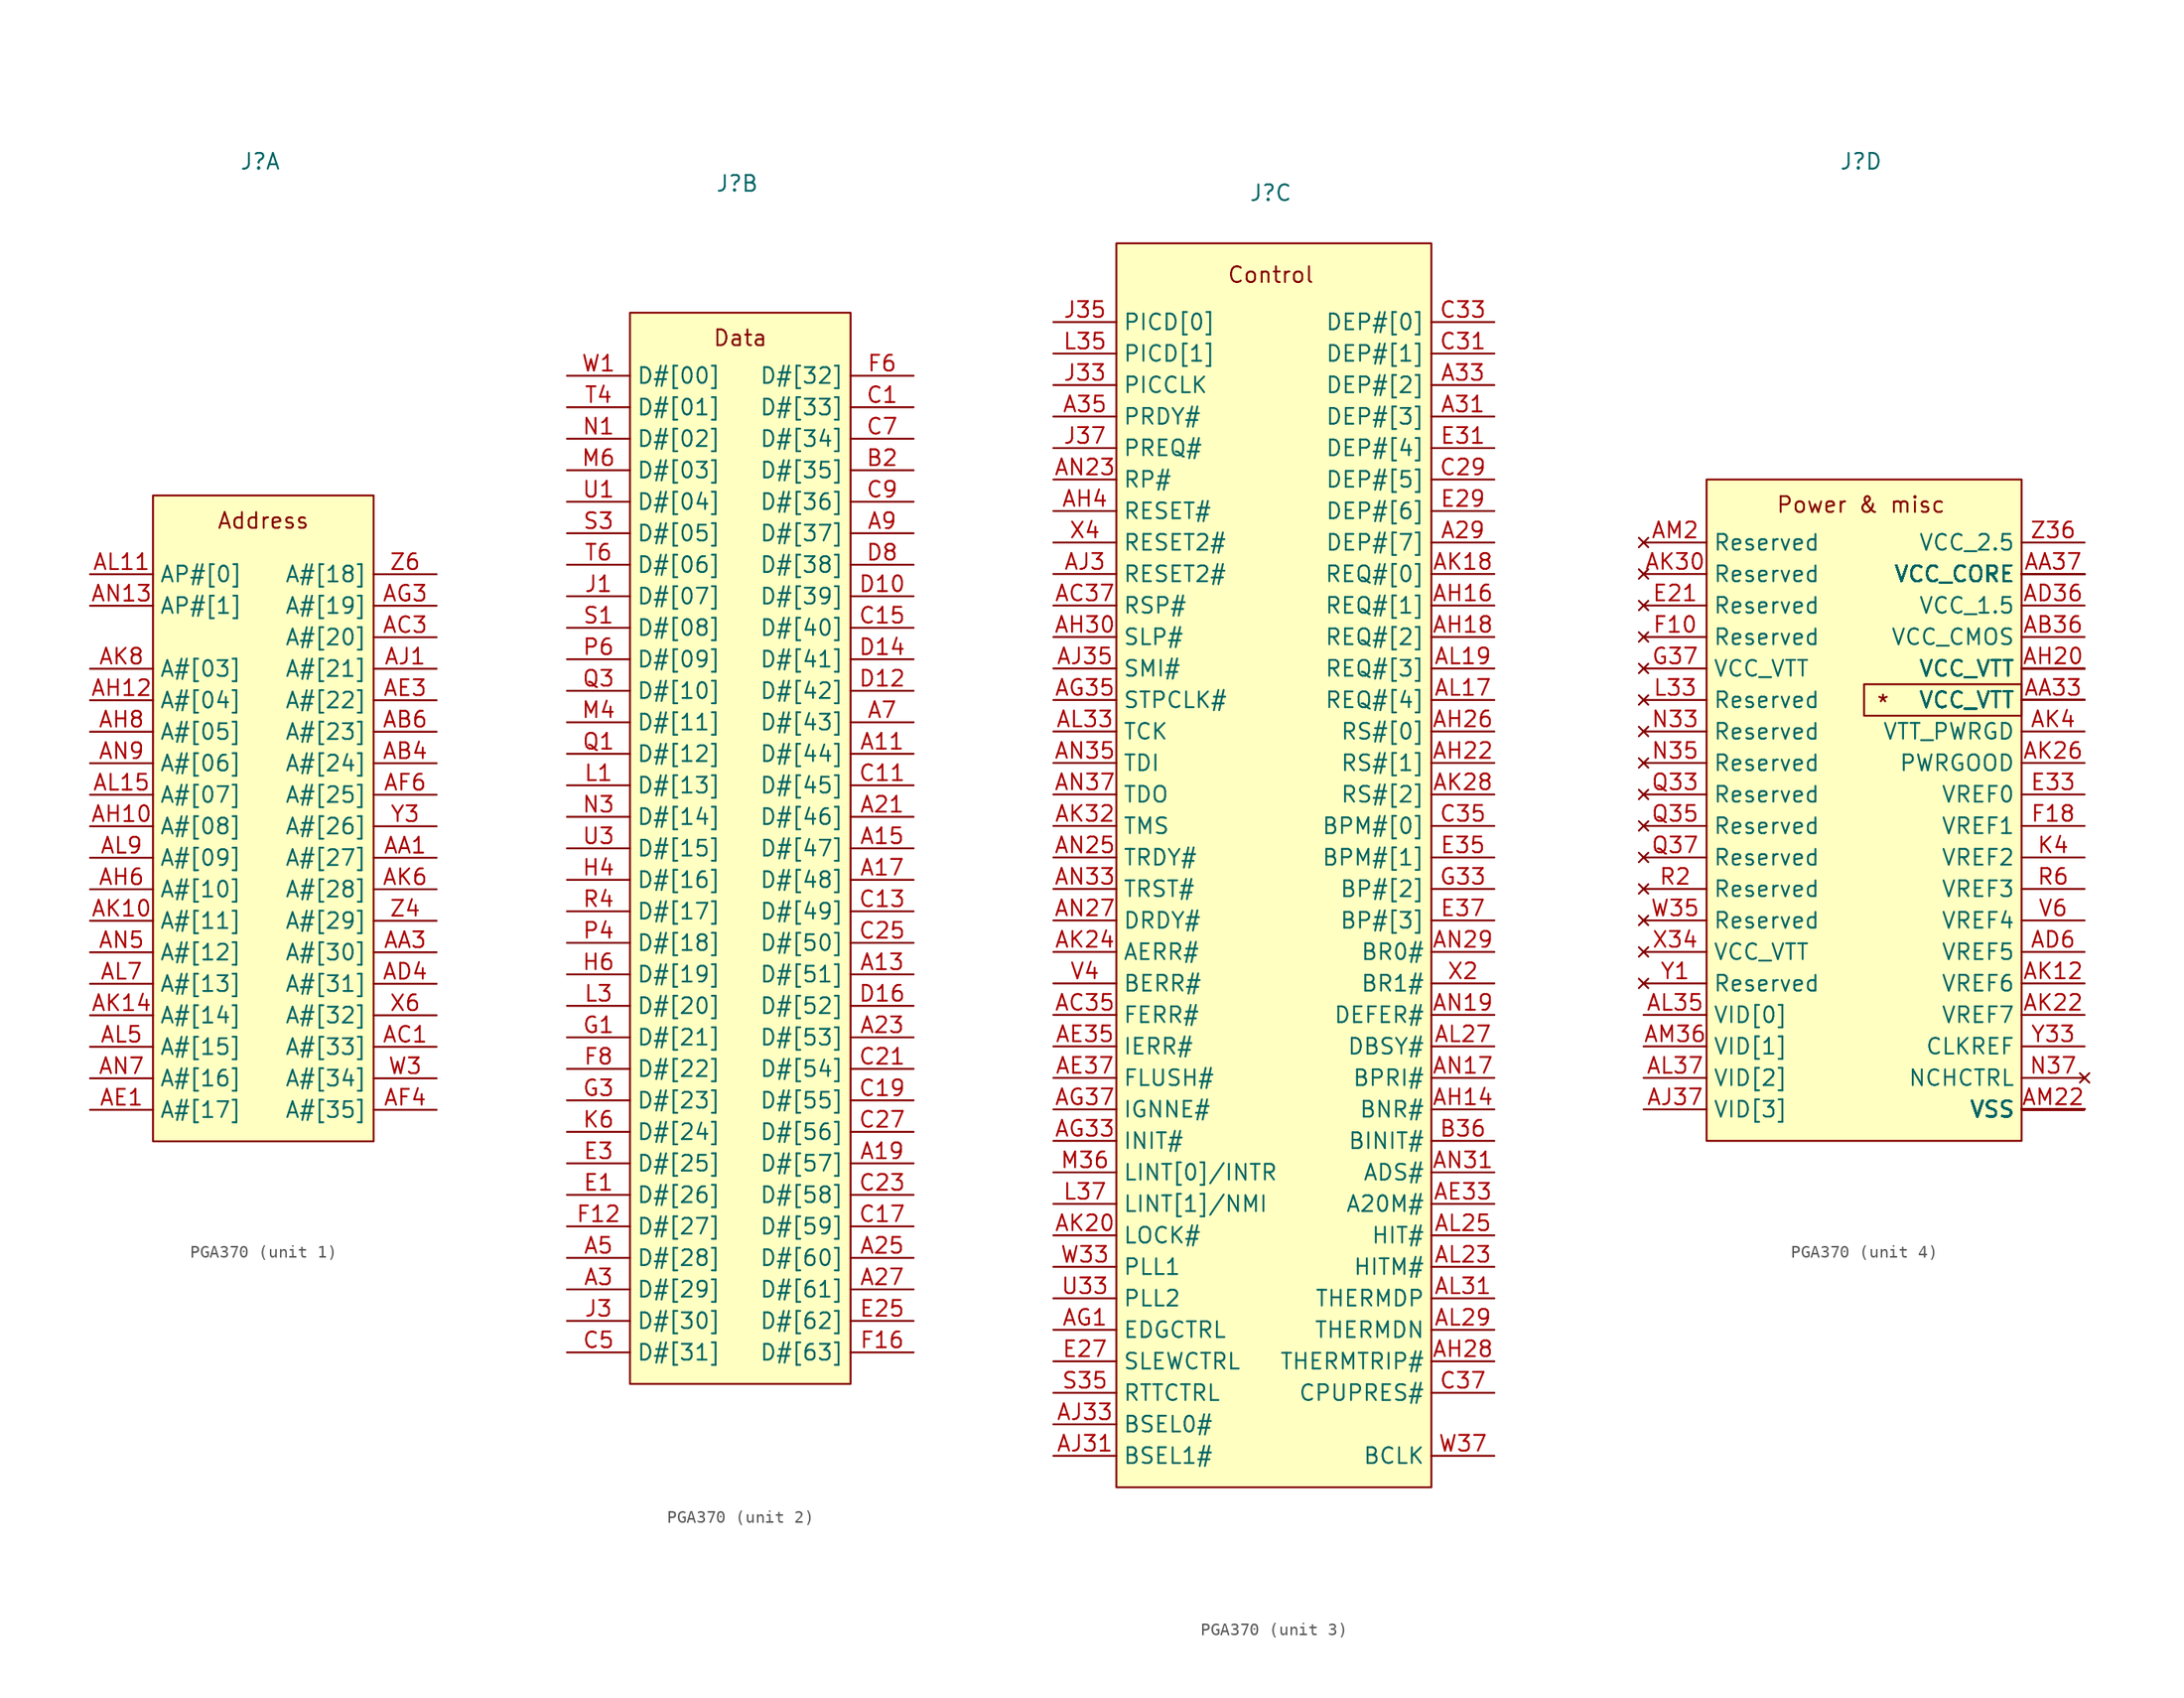
<source format=kicad_sym>
(kicad_symbol_lib
  (version 20231120)
  (generator "kicad_symbol_editor")
  (generator_version "8.0")
  (symbol "PGA370"
    (property "Reference" "J"
      (at -0.254 53.594 0)
      (effects (font (size 1.27 1.27))))
    (property "Value" ""
      (at -1.27 7.62 0)
      (effects (font (size 1.27 1.27))))
    (property "ki_locked" ""
      (at 0 0 0)
      (effects (font (size 1.27 1.27))))
    (symbol "PGA370_1_1"
      (rectangle (start -8.89 26.67) (end 8.89 -25.4) (stroke (width 0) (type default)) (fill (type background)))
      (text "Address" (at 0 24.638 0) (effects (font (size 1.27 1.27))))
      (pin tri_state line (at 13.97 -2.54 180) (length 5.08) (name "A#[27]" (effects (font (size 1.27 1.27)))) (number "AA1" (effects (font (size 1.27 1.27)))))
      (pin tri_state line (at 13.97 -10.16 180) (length 5.08) (name "A#[30]" (effects (font (size 1.27 1.27)))) (number "AA3" (effects (font (size 1.27 1.27)))))
      (pin tri_state line (at 13.97 5.08 180) (length 5.08) (name "A#[24]" (effects (font (size 1.27 1.27)))) (number "AB4" (effects (font (size 1.27 1.27)))))
      (pin tri_state line (at 13.97 7.62 180) (length 5.08) (name "A#[23]" (effects (font (size 1.27 1.27)))) (number "AB6" (effects (font (size 1.27 1.27)))))
      (pin tri_state line (at 13.97 -17.78 180) (length 5.08) (name "A#[33]" (effects (font (size 1.27 1.27)))) (number "AC1" (effects (font (size 1.27 1.27)))))
      (pin tri_state line (at 13.97 15.24 180) (length 5.08) (name "A#[20]" (effects (font (size 1.27 1.27)))) (number "AC3" (effects (font (size 1.27 1.27)))))
      (pin tri_state line (at 13.97 -12.7 180) (length 5.08) (name "A#[31]" (effects (font (size 1.27 1.27)))) (number "AD4" (effects (font (size 1.27 1.27)))))
      (pin tri_state line (at -13.97 -22.86 0) (length 5.08) (name "A#[17]" (effects (font (size 1.27 1.27)))) (number "AE1" (effects (font (size 1.27 1.27)))))
      (pin tri_state line (at 13.97 10.16 180) (length 5.08) (name "A#[22]" (effects (font (size 1.27 1.27)))) (number "AE3" (effects (font (size 1.27 1.27)))))
      (pin tri_state line (at 13.97 -22.86 180) (length 5.08) (name "A#[35]" (effects (font (size 1.27 1.27)))) (number "AF4" (effects (font (size 1.27 1.27)))))
      (pin tri_state line (at 13.97 2.54 180) (length 5.08) (name "A#[25]" (effects (font (size 1.27 1.27)))) (number "AF6" (effects (font (size 1.27 1.27)))))
      (pin tri_state line (at 13.97 17.78 180) (length 5.08) (name "A#[19]" (effects (font (size 1.27 1.27)))) (number "AG3" (effects (font (size 1.27 1.27)))))
      (pin tri_state line (at -13.97 0 0) (length 5.08) (name "A#[08]" (effects (font (size 1.27 1.27)))) (number "AH10" (effects (font (size 1.27 1.27)))))
      (pin tri_state line (at -13.97 10.16 0) (length 5.08) (name "A#[04]" (effects (font (size 1.27 1.27)))) (number "AH12" (effects (font (size 1.27 1.27)))))
      (pin tri_state line (at -13.97 -5.08 0) (length 5.08) (name "A#[10]" (effects (font (size 1.27 1.27)))) (number "AH6" (effects (font (size 1.27 1.27)))))
      (pin tri_state line (at -13.97 7.62 0) (length 5.08) (name "A#[05]" (effects (font (size 1.27 1.27)))) (number "AH8" (effects (font (size 1.27 1.27)))))
      (pin tri_state line (at 13.97 12.7 180) (length 5.08) (name "A#[21]" (effects (font (size 1.27 1.27)))) (number "AJ1" (effects (font (size 1.27 1.27)))))
      (pin tri_state line (at -13.97 -7.62 0) (length 5.08) (name "A#[11]" (effects (font (size 1.27 1.27)))) (number "AK10" (effects (font (size 1.27 1.27)))))
      (pin tri_state line (at -13.97 -15.24 0) (length 5.08) (name "A#[14]" (effects (font (size 1.27 1.27)))) (number "AK14" (effects (font (size 1.27 1.27)))))
      (pin tri_state line (at 13.97 -5.08 180) (length 5.08) (name "A#[28]" (effects (font (size 1.27 1.27)))) (number "AK6" (effects (font (size 1.27 1.27)))))
      (pin tri_state line (at -13.97 12.7 0) (length 5.08) (name "A#[03]" (effects (font (size 1.27 1.27)))) (number "AK8" (effects (font (size 1.27 1.27)))))
      (pin bidirectional line (at -13.97 20.32 0) (length 5.08) (name "AP#[0]" (effects (font (size 1.27 1.27)))) (number "AL11" (effects (font (size 1.27 1.27)))))
      (pin tri_state line (at -13.97 2.54 0) (length 5.08) (name "A#[07]" (effects (font (size 1.27 1.27)))) (number "AL15" (effects (font (size 1.27 1.27)))))
      (pin tri_state line (at -13.97 -17.78 0) (length 5.08) (name "A#[15]" (effects (font (size 1.27 1.27)))) (number "AL5" (effects (font (size 1.27 1.27)))))
      (pin tri_state line (at -13.97 -12.7 0) (length 5.08) (name "A#[13]" (effects (font (size 1.27 1.27)))) (number "AL7" (effects (font (size 1.27 1.27)))))
      (pin tri_state line (at -13.97 -2.54 0) (length 5.08) (name "A#[09]" (effects (font (size 1.27 1.27)))) (number "AL9" (effects (font (size 1.27 1.27)))))
      (pin bidirectional line (at -13.97 17.78 0) (length 5.08) (name "AP#[1]" (effects (font (size 1.27 1.27)))) (number "AN13" (effects (font (size 1.27 1.27)))))
      (pin tri_state line (at -13.97 -10.16 0) (length 5.08) (name "A#[12]" (effects (font (size 1.27 1.27)))) (number "AN5" (effects (font (size 1.27 1.27)))))
      (pin tri_state line (at -13.97 -20.32 0) (length 5.08) (name "A#[16]" (effects (font (size 1.27 1.27)))) (number "AN7" (effects (font (size 1.27 1.27)))))
      (pin tri_state line (at -13.97 5.08 0) (length 5.08) (name "A#[06]" (effects (font (size 1.27 1.27)))) (number "AN9" (effects (font (size 1.27 1.27)))))
      (pin tri_state line (at 13.97 -20.32 180) (length 5.08) (name "A#[34]" (effects (font (size 1.27 1.27)))) (number "W3" (effects (font (size 1.27 1.27)))))
      (pin tri_state line (at 13.97 -15.24 180) (length 5.08) (name "A#[32]" (effects (font (size 1.27 1.27)))) (number "X6" (effects (font (size 1.27 1.27)))))
      (pin tri_state line (at 13.97 0 180) (length 5.08) (name "A#[26]" (effects (font (size 1.27 1.27)))) (number "Y3" (effects (font (size 1.27 1.27)))))
      (pin tri_state line (at 13.97 -7.62 180) (length 5.08) (name "A#[29]" (effects (font (size 1.27 1.27)))) (number "Z4" (effects (font (size 1.27 1.27)))))
      (pin tri_state line (at 13.97 20.32 180) (length 5.08) (name "A#[18]" (effects (font (size 1.27 1.27)))) (number "Z6" (effects (font (size 1.27 1.27))))))
    (symbol "PGA370_2_1"
      (rectangle (start 8.89 43.18) (end -8.89 -43.18) (stroke (width 0) (type default)) (fill (type background)))
      (text "Data" (at 0 41.148 0) (effects (font (size 1.27 1.27))))
      (pin tri_state line (at 13.97 7.62 180) (length 5.08) (name "D#[44]" (effects (font (size 1.27 1.27)))) (number "A11" (effects (font (size 1.27 1.27)))))
      (pin tri_state line (at 13.97 -10.16 180) (length 5.08) (name "D#[51]" (effects (font (size 1.27 1.27)))) (number "A13" (effects (font (size 1.27 1.27)))))
      (pin tri_state line (at 13.97 0 180) (length 5.08) (name "D#[47]" (effects (font (size 1.27 1.27)))) (number "A15" (effects (font (size 1.27 1.27)))))
      (pin tri_state line (at 13.97 -2.54 180) (length 5.08) (name "D#[48]" (effects (font (size 1.27 1.27)))) (number "A17" (effects (font (size 1.27 1.27)))))
      (pin tri_state line (at 13.97 -25.4 180) (length 5.08) (name "D#[57]" (effects (font (size 1.27 1.27)))) (number "A19" (effects (font (size 1.27 1.27)))))
      (pin tri_state line (at 13.97 2.54 180) (length 5.08) (name "D#[46]" (effects (font (size 1.27 1.27)))) (number "A21" (effects (font (size 1.27 1.27)))))
      (pin tri_state line (at 13.97 -15.24 180) (length 5.08) (name "D#[53]" (effects (font (size 1.27 1.27)))) (number "A23" (effects (font (size 1.27 1.27)))))
      (pin tri_state line (at 13.97 -33.02 180) (length 5.08) (name "D#[60]" (effects (font (size 1.27 1.27)))) (number "A25" (effects (font (size 1.27 1.27)))))
      (pin tri_state line (at 13.97 -35.56 180) (length 5.08) (name "D#[61]" (effects (font (size 1.27 1.27)))) (number "A27" (effects (font (size 1.27 1.27)))))
      (pin tri_state line (at -13.97 -35.56 0) (length 5.08) (name "D#[29]" (effects (font (size 1.27 1.27)))) (number "A3" (effects (font (size 1.27 1.27)))))
      (pin tri_state line (at -13.97 -33.02 0) (length 5.08) (name "D#[28]" (effects (font (size 1.27 1.27)))) (number "A5" (effects (font (size 1.27 1.27)))))
      (pin tri_state line (at 13.97 10.16 180) (length 5.08) (name "D#[43]" (effects (font (size 1.27 1.27)))) (number "A7" (effects (font (size 1.27 1.27)))))
      (pin tri_state line (at 13.97 25.4 180) (length 5.08) (name "D#[37]" (effects (font (size 1.27 1.27)))) (number "A9" (effects (font (size 1.27 1.27)))))
      (pin tri_state line (at 13.97 30.48 180) (length 5.08) (name "D#[35]" (effects (font (size 1.27 1.27)))) (number "B2" (effects (font (size 1.27 1.27)))))
      (pin tri_state line (at 13.97 35.56 180) (length 5.08) (name "D#[33]" (effects (font (size 1.27 1.27)))) (number "C1" (effects (font (size 1.27 1.27)))))
      (pin tri_state line (at 13.97 5.08 180) (length 5.08) (name "D#[45]" (effects (font (size 1.27 1.27)))) (number "C11" (effects (font (size 1.27 1.27)))))
      (pin tri_state line (at 13.97 -5.08 180) (length 5.08) (name "D#[49]" (effects (font (size 1.27 1.27)))) (number "C13" (effects (font (size 1.27 1.27)))))
      (pin tri_state line (at 13.97 17.78 180) (length 5.08) (name "D#[40]" (effects (font (size 1.27 1.27)))) (number "C15" (effects (font (size 1.27 1.27)))))
      (pin tri_state line (at 13.97 -30.48 180) (length 5.08) (name "D#[59]" (effects (font (size 1.27 1.27)))) (number "C17" (effects (font (size 1.27 1.27)))))
      (pin tri_state line (at 13.97 -20.32 180) (length 5.08) (name "D#[55]" (effects (font (size 1.27 1.27)))) (number "C19" (effects (font (size 1.27 1.27)))))
      (pin tri_state line (at 13.97 -17.78 180) (length 5.08) (name "D#[54]" (effects (font (size 1.27 1.27)))) (number "C21" (effects (font (size 1.27 1.27)))))
      (pin tri_state line (at 13.97 -27.94 180) (length 5.08) (name "D#[58]" (effects (font (size 1.27 1.27)))) (number "C23" (effects (font (size 1.27 1.27)))))
      (pin tri_state line (at 13.97 -7.62 180) (length 5.08) (name "D#[50]" (effects (font (size 1.27 1.27)))) (number "C25" (effects (font (size 1.27 1.27)))))
      (pin tri_state line (at 13.97 -22.86 180) (length 5.08) (name "D#[56]" (effects (font (size 1.27 1.27)))) (number "C27" (effects (font (size 1.27 1.27)))))
      (pin tri_state line (at -13.97 -40.64 0) (length 5.08) (name "D#[31]" (effects (font (size 1.27 1.27)))) (number "C5" (effects (font (size 1.27 1.27)))))
      (pin tri_state line (at 13.97 33.02 180) (length 5.08) (name "D#[34]" (effects (font (size 1.27 1.27)))) (number "C7" (effects (font (size 1.27 1.27)))))
      (pin tri_state line (at 13.97 27.94 180) (length 5.08) (name "D#[36]" (effects (font (size 1.27 1.27)))) (number "C9" (effects (font (size 1.27 1.27)))))
      (pin tri_state line (at 13.97 20.32 180) (length 5.08) (name "D#[39]" (effects (font (size 1.27 1.27)))) (number "D10" (effects (font (size 1.27 1.27)))))
      (pin tri_state line (at 13.97 12.7 180) (length 5.08) (name "D#[42]" (effects (font (size 1.27 1.27)))) (number "D12" (effects (font (size 1.27 1.27)))))
      (pin tri_state line (at 13.97 15.24 180) (length 5.08) (name "D#[41]" (effects (font (size 1.27 1.27)))) (number "D14" (effects (font (size 1.27 1.27)))))
      (pin tri_state line (at 13.97 -12.7 180) (length 5.08) (name "D#[52]" (effects (font (size 1.27 1.27)))) (number "D16" (effects (font (size 1.27 1.27)))))
      (pin tri_state line (at 13.97 22.86 180) (length 5.08) (name "D#[38]" (effects (font (size 1.27 1.27)))) (number "D8" (effects (font (size 1.27 1.27)))))
      (pin tri_state line (at -13.97 -27.94 0) (length 5.08) (name "D#[26]" (effects (font (size 1.27 1.27)))) (number "E1" (effects (font (size 1.27 1.27)))))
      (pin tri_state line (at 13.97 -38.1 180) (length 5.08) (name "D#[62]" (effects (font (size 1.27 1.27)))) (number "E25" (effects (font (size 1.27 1.27)))))
      (pin tri_state line (at -13.97 -25.4 0) (length 5.08) (name "D#[25]" (effects (font (size 1.27 1.27)))) (number "E3" (effects (font (size 1.27 1.27)))))
      (pin tri_state line (at -13.97 -30.48 0) (length 5.08) (name "D#[27]" (effects (font (size 1.27 1.27)))) (number "F12" (effects (font (size 1.27 1.27)))))
      (pin tri_state line (at 13.97 -40.64 180) (length 5.08) (name "D#[63]" (effects (font (size 1.27 1.27)))) (number "F16" (effects (font (size 1.27 1.27)))))
      (pin tri_state line (at 13.97 38.1 180) (length 5.08) (name "D#[32]" (effects (font (size 1.27 1.27)))) (number "F6" (effects (font (size 1.27 1.27)))))
      (pin tri_state line (at -13.97 -17.78 0) (length 5.08) (name "D#[22]" (effects (font (size 1.27 1.27)))) (number "F8" (effects (font (size 1.27 1.27)))))
      (pin tri_state line (at -13.97 -15.24 0) (length 5.08) (name "D#[21]" (effects (font (size 1.27 1.27)))) (number "G1" (effects (font (size 1.27 1.27)))))
      (pin tri_state line (at -13.97 -20.32 0) (length 5.08) (name "D#[23]" (effects (font (size 1.27 1.27)))) (number "G3" (effects (font (size 1.27 1.27)))))
      (pin tri_state line (at -13.97 -2.54 0) (length 5.08) (name "D#[16]" (effects (font (size 1.27 1.27)))) (number "H4" (effects (font (size 1.27 1.27)))))
      (pin tri_state line (at -13.97 -10.16 0) (length 5.08) (name "D#[19]" (effects (font (size 1.27 1.27)))) (number "H6" (effects (font (size 1.27 1.27)))))
      (pin tri_state line (at -13.97 20.32 0) (length 5.08) (name "D#[07]" (effects (font (size 1.27 1.27)))) (number "J1" (effects (font (size 1.27 1.27)))))
      (pin tri_state line (at -13.97 -38.1 0) (length 5.08) (name "D#[30]" (effects (font (size 1.27 1.27)))) (number "J3" (effects (font (size 1.27 1.27)))))
      (pin tri_state line (at -13.97 -22.86 0) (length 5.08) (name "D#[24]" (effects (font (size 1.27 1.27)))) (number "K6" (effects (font (size 1.27 1.27)))))
      (pin tri_state line (at -13.97 5.08 0) (length 5.08) (name "D#[13]" (effects (font (size 1.27 1.27)))) (number "L1" (effects (font (size 1.27 1.27)))))
      (pin tri_state line (at -13.97 -12.7 0) (length 5.08) (name "D#[20]" (effects (font (size 1.27 1.27)))) (number "L3" (effects (font (size 1.27 1.27)))))
      (pin tri_state line (at -13.97 10.16 0) (length 5.08) (name "D#[11]" (effects (font (size 1.27 1.27)))) (number "M4" (effects (font (size 1.27 1.27)))))
      (pin tri_state line (at -13.97 30.48 0) (length 5.08) (name "D#[03]" (effects (font (size 1.27 1.27)))) (number "M6" (effects (font (size 1.27 1.27)))))
      (pin tri_state line (at -13.97 33.02 0) (length 5.08) (name "D#[02]" (effects (font (size 1.27 1.27)))) (number "N1" (effects (font (size 1.27 1.27)))))
      (pin tri_state line (at -13.97 2.54 0) (length 5.08) (name "D#[14]" (effects (font (size 1.27 1.27)))) (number "N3" (effects (font (size 1.27 1.27)))))
      (pin tri_state line (at -13.97 -7.62 0) (length 5.08) (name "D#[18]" (effects (font (size 1.27 1.27)))) (number "P4" (effects (font (size 1.27 1.27)))))
      (pin tri_state line (at -13.97 15.24 0) (length 5.08) (name "D#[09]" (effects (font (size 1.27 1.27)))) (number "P6" (effects (font (size 1.27 1.27)))))
      (pin tri_state line (at -13.97 7.62 0) (length 5.08) (name "D#[12]" (effects (font (size 1.27 1.27)))) (number "Q1" (effects (font (size 1.27 1.27)))))
      (pin tri_state line (at -13.97 12.7 0) (length 5.08) (name "D#[10]" (effects (font (size 1.27 1.27)))) (number "Q3" (effects (font (size 1.27 1.27)))))
      (pin tri_state line (at -13.97 -5.08 0) (length 5.08) (name "D#[17]" (effects (font (size 1.27 1.27)))) (number "R4" (effects (font (size 1.27 1.27)))))
      (pin tri_state line (at -13.97 17.78 0) (length 5.08) (name "D#[08]" (effects (font (size 1.27 1.27)))) (number "S1" (effects (font (size 1.27 1.27)))))
      (pin tri_state line (at -13.97 25.4 0) (length 5.08) (name "D#[05]" (effects (font (size 1.27 1.27)))) (number "S3" (effects (font (size 1.27 1.27)))))
      (pin tri_state line (at -13.97 35.56 0) (length 5.08) (name "D#[01]" (effects (font (size 1.27 1.27)))) (number "T4" (effects (font (size 1.27 1.27)))))
      (pin tri_state line (at -13.97 22.86 0) (length 5.08) (name "D#[06]" (effects (font (size 1.27 1.27)))) (number "T6" (effects (font (size 1.27 1.27)))))
      (pin tri_state line (at -13.97 27.94 0) (length 5.08) (name "D#[04]" (effects (font (size 1.27 1.27)))) (number "U1" (effects (font (size 1.27 1.27)))))
      (pin tri_state line (at -13.97 0 0) (length 5.08) (name "D#[15]" (effects (font (size 1.27 1.27)))) (number "U3" (effects (font (size 1.27 1.27)))))
      (pin tri_state line (at -13.97 38.1 0) (length 5.08) (name "D#[00]" (effects (font (size 1.27 1.27)))) (number "W1" (effects (font (size 1.27 1.27))))))
    (symbol "PGA370_3_1"
      (rectangle (start -12.7 49.53) (end 12.7 -50.8) (stroke (width 0) (type default)) (fill (type background)))
      (text "Control" (at -0.254 46.99 0) (effects (font (size 1.27 1.27))))
      (pin bidirectional line (at 17.78 25.4 180) (length 5.08) (name "DEP#[7]" (effects (font (size 1.27 1.27)))) (number "A29" (effects (font (size 1.27 1.27)))))
      (pin bidirectional line (at 17.78 35.56 180) (length 5.08) (name "DEP#[3]" (effects (font (size 1.27 1.27)))) (number "A31" (effects (font (size 1.27 1.27)))))
      (pin bidirectional line (at 17.78 38.1 180) (length 5.08) (name "DEP#[2]" (effects (font (size 1.27 1.27)))) (number "A33" (effects (font (size 1.27 1.27)))))
      (pin output line (at -17.78 35.56 0) (length 5.08) (name "PRDY#" (effects (font (size 1.27 1.27)))) (number "A35" (effects (font (size 1.27 1.27)))))
      (pin output line (at -17.78 -12.7 0) (length 5.08) (name "FERR#" (effects (font (size 1.27 1.27)))) (number "AC35" (effects (font (size 1.27 1.27)))))
      (pin input line (at -17.78 20.32 0) (length 5.08) (name "RSP#" (effects (font (size 1.27 1.27)))) (number "AC37" (effects (font (size 1.27 1.27)))))
      (pin input line (at 17.78 -27.94 180) (length 5.08) (name "A20M#" (effects (font (size 1.27 1.27)))) (number "AE33" (effects (font (size 1.27 1.27)))))
      (pin output line (at -17.78 -15.24 0) (length 5.08) (name "IERR#" (effects (font (size 1.27 1.27)))) (number "AE35" (effects (font (size 1.27 1.27)))))
      (pin input line (at -17.78 -17.78 0) (length 5.08) (name "FLUSH#" (effects (font (size 1.27 1.27)))) (number "AE37" (effects (font (size 1.27 1.27)))))
      (pin output line (at -17.78 -38.1 0) (length 5.08) (name "EDGCTRL" (effects (font (size 1.27 1.27)))) (number "AG1" (effects (font (size 1.27 1.27)))))
      (pin input line (at -17.78 -22.86 0) (length 5.08) (name "INIT#" (effects (font (size 1.27 1.27)))) (number "AG33" (effects (font (size 1.27 1.27)))))
      (pin input line (at -17.78 12.7 0) (length 5.08) (name "STPCLK#" (effects (font (size 1.27 1.27)))) (number "AG35" (effects (font (size 1.27 1.27)))))
      (pin input line (at -17.78 -20.32 0) (length 5.08) (name "IGNNE#" (effects (font (size 1.27 1.27)))) (number "AG37" (effects (font (size 1.27 1.27)))))
      (pin bidirectional line (at 17.78 -20.32 180) (length 5.08) (name "BNR#" (effects (font (size 1.27 1.27)))) (number "AH14" (effects (font (size 1.27 1.27)))))
      (pin bidirectional line (at 17.78 20.32 180) (length 5.08) (name "REQ#[1]" (effects (font (size 1.27 1.27)))) (number "AH16" (effects (font (size 1.27 1.27)))))
      (pin bidirectional line (at 17.78 17.78 180) (length 5.08) (name "REQ#[2]" (effects (font (size 1.27 1.27)))) (number "AH18" (effects (font (size 1.27 1.27)))))
      (pin input line (at 17.78 7.62 180) (length 5.08) (name "RS#[1]" (effects (font (size 1.27 1.27)))) (number "AH22" (effects (font (size 1.27 1.27)))))
      (pin input line (at 17.78 10.16 180) (length 5.08) (name "RS#[0]" (effects (font (size 1.27 1.27)))) (number "AH26" (effects (font (size 1.27 1.27)))))
      (pin output line (at 17.78 -40.64 180) (length 5.08) (name "THERMTRIP#" (effects (font (size 1.27 1.27)))) (number "AH28" (effects (font (size 1.27 1.27)))))
      (pin input line (at -17.78 17.78 0) (length 5.08) (name "SLP#" (effects (font (size 1.27 1.27)))) (number "AH30" (effects (font (size 1.27 1.27)))))
      (pin input line (at -17.78 27.94 0) (length 5.08) (name "RESET#" (effects (font (size 1.27 1.27)))) (number "AH4" (effects (font (size 1.27 1.27)))))
      (pin input line (at -17.78 22.86 0) (length 5.08) (name "RESET2#" (effects (font (size 1.27 1.27)))) (number "AJ3" (effects (font (size 1.27 1.27)))))
      (pin input line (at -17.78 -48.26 0) (length 5.08) (name "BSEL1#" (effects (font (size 1.27 1.27)))) (number "AJ31" (effects (font (size 1.27 1.27)))))
      (pin input line (at -17.78 -45.72 0) (length 5.08) (name "BSEL0#" (effects (font (size 1.27 1.27)))) (number "AJ33" (effects (font (size 1.27 1.27)))))
      (pin input line (at -17.78 15.24 0) (length 5.08) (name "SMI#" (effects (font (size 1.27 1.27)))) (number "AJ35" (effects (font (size 1.27 1.27)))))
      (pin bidirectional line (at 17.78 22.86 180) (length 5.08) (name "REQ#[0]" (effects (font (size 1.27 1.27)))) (number "AK18" (effects (font (size 1.27 1.27)))))
      (pin bidirectional line (at -17.78 -30.48 0) (length 5.08) (name "LOCK#" (effects (font (size 1.27 1.27)))) (number "AK20" (effects (font (size 1.27 1.27)))))
      (pin bidirectional line (at -17.78 -7.62 0) (length 5.08) (name "AERR#" (effects (font (size 1.27 1.27)))) (number "AK24" (effects (font (size 1.27 1.27)))))
      (pin input line (at 17.78 5.08 180) (length 5.08) (name "RS#[2]" (effects (font (size 1.27 1.27)))) (number "AK28" (effects (font (size 1.27 1.27)))))
      (pin input line (at -17.78 2.54 0) (length 5.08) (name "TMS" (effects (font (size 1.27 1.27)))) (number "AK32" (effects (font (size 1.27 1.27)))))
      (pin bidirectional line (at 17.78 12.7 180) (length 5.08) (name "REQ#[4]" (effects (font (size 1.27 1.27)))) (number "AL17" (effects (font (size 1.27 1.27)))))
      (pin bidirectional line (at 17.78 15.24 180) (length 5.08) (name "REQ#[3]" (effects (font (size 1.27 1.27)))) (number "AL19" (effects (font (size 1.27 1.27)))))
      (pin bidirectional line (at 17.78 -33.02 180) (length 5.08) (name "HITM#" (effects (font (size 1.27 1.27)))) (number "AL23" (effects (font (size 1.27 1.27)))))
      (pin bidirectional line (at 17.78 -30.48 180) (length 5.08) (name "HIT#" (effects (font (size 1.27 1.27)))) (number "AL25" (effects (font (size 1.27 1.27)))))
      (pin bidirectional line (at 17.78 -15.24 180) (length 5.08) (name "DBSY#" (effects (font (size 1.27 1.27)))) (number "AL27" (effects (font (size 1.27 1.27)))))
      (pin output line (at 17.78 -38.1 180) (length 5.08) (name "THERMDN" (effects (font (size 1.27 1.27)))) (number "AL29" (effects (font (size 1.27 1.27)))))
      (pin output line (at 17.78 -35.56 180) (length 5.08) (name "THERMDP" (effects (font (size 1.27 1.27)))) (number "AL31" (effects (font (size 1.27 1.27)))))
      (pin input line (at -17.78 10.16 0) (length 5.08) (name "TCK" (effects (font (size 1.27 1.27)))) (number "AL33" (effects (font (size 1.27 1.27)))))
      (pin input line (at 17.78 -17.78 180) (length 5.08) (name "BPRI#" (effects (font (size 1.27 1.27)))) (number "AN17" (effects (font (size 1.27 1.27)))))
      (pin input line (at 17.78 -12.7 180) (length 5.08) (name "DEFER#" (effects (font (size 1.27 1.27)))) (number "AN19" (effects (font (size 1.27 1.27)))))
      (pin bidirectional line (at -17.78 30.48 0) (length 5.08) (name "RP#" (effects (font (size 1.27 1.27)))) (number "AN23" (effects (font (size 1.27 1.27)))))
      (pin input line (at -17.78 0 0) (length 5.08) (name "TRDY#" (effects (font (size 1.27 1.27)))) (number "AN25" (effects (font (size 1.27 1.27)))))
      (pin bidirectional line (at -17.78 -5.08 0) (length 5.08) (name "DRDY#" (effects (font (size 1.27 1.27)))) (number "AN27" (effects (font (size 1.27 1.27)))))
      (pin bidirectional line (at 17.78 -7.62 180) (length 5.08) (name "BR0#" (effects (font (size 1.27 1.27)))) (number "AN29" (effects (font (size 1.27 1.27)))))
      (pin bidirectional line (at 17.78 -25.4 180) (length 5.08) (name "ADS#" (effects (font (size 1.27 1.27)))) (number "AN31" (effects (font (size 1.27 1.27)))))
      (pin input line (at -17.78 -2.54 0) (length 5.08) (name "TRST#" (effects (font (size 1.27 1.27)))) (number "AN33" (effects (font (size 1.27 1.27)))))
      (pin input line (at -17.78 7.62 0) (length 5.08) (name "TDI" (effects (font (size 1.27 1.27)))) (number "AN35" (effects (font (size 1.27 1.27)))))
      (pin output line (at -17.78 5.08 0) (length 5.08) (name "TDO" (effects (font (size 1.27 1.27)))) (number "AN37" (effects (font (size 1.27 1.27)))))
      (pin bidirectional line (at 17.78 -22.86 180) (length 5.08) (name "BINIT#" (effects (font (size 1.27 1.27)))) (number "B36" (effects (font (size 1.27 1.27)))))
      (pin bidirectional line (at 17.78 30.48 180) (length 5.08) (name "DEP#[5]" (effects (font (size 1.27 1.27)))) (number "C29" (effects (font (size 1.27 1.27)))))
      (pin bidirectional line (at 17.78 40.64 180) (length 5.08) (name "DEP#[1]" (effects (font (size 1.27 1.27)))) (number "C31" (effects (font (size 1.27 1.27)))))
      (pin bidirectional line (at 17.78 43.18 180) (length 5.08) (name "DEP#[0]" (effects (font (size 1.27 1.27)))) (number "C33" (effects (font (size 1.27 1.27)))))
      (pin bidirectional line (at 17.78 2.54 180) (length 5.08) (name "BPM#[0]" (effects (font (size 1.27 1.27)))) (number "C35" (effects (font (size 1.27 1.27)))))
      (pin input line (at 17.78 -43.18 180) (length 5.08) (name "CPUPRES#" (effects (font (size 1.27 1.27)))) (number "C37" (effects (font (size 1.27 1.27)))))
      (pin input line (at -17.78 -40.64 0) (length 5.08) (name "SLEWCTRL" (effects (font (size 1.27 1.27)))) (number "E27" (effects (font (size 1.27 1.27)))))
      (pin bidirectional line (at 17.78 27.94 180) (length 5.08) (name "DEP#[6]" (effects (font (size 1.27 1.27)))) (number "E29" (effects (font (size 1.27 1.27)))))
      (pin bidirectional line (at 17.78 33.02 180) (length 5.08) (name "DEP#[4]" (effects (font (size 1.27 1.27)))) (number "E31" (effects (font (size 1.27 1.27)))))
      (pin bidirectional line (at 17.78 0 180) (length 5.08) (name "BPM#[1]" (effects (font (size 1.27 1.27)))) (number "E35" (effects (font (size 1.27 1.27)))))
      (pin bidirectional line (at 17.78 -5.08 180) (length 5.08) (name "BP#[3]" (effects (font (size 1.27 1.27)))) (number "E37" (effects (font (size 1.27 1.27)))))
      (pin bidirectional line (at 17.78 -2.54 180) (length 5.08) (name "BP#[2]" (effects (font (size 1.27 1.27)))) (number "G33" (effects (font (size 1.27 1.27)))))
      (pin input line (at -17.78 38.1 0) (length 5.08) (name "PICCLK" (effects (font (size 1.27 1.27)))) (number "J33" (effects (font (size 1.27 1.27)))))
      (pin bidirectional line (at -17.78 43.18 0) (length 5.08) (name "PICD[0]" (effects (font (size 1.27 1.27)))) (number "J35" (effects (font (size 1.27 1.27)))))
      (pin input line (at -17.78 33.02 0) (length 5.08) (name "PREQ#" (effects (font (size 1.27 1.27)))) (number "J37" (effects (font (size 1.27 1.27)))))
      (pin bidirectional line (at -17.78 40.64 0) (length 5.08) (name "PICD[1]" (effects (font (size 1.27 1.27)))) (number "L35" (effects (font (size 1.27 1.27)))))
      (pin input line (at -17.78 -27.94 0) (length 5.08) (name "LINT[1]/NMI" (effects (font (size 1.27 1.27)))) (number "L37" (effects (font (size 1.27 1.27)))))
      (pin input line (at -17.78 -25.4 0) (length 5.08) (name "LINT[0]/INTR" (effects (font (size 1.27 1.27)))) (number "M36" (effects (font (size 1.27 1.27)))))
      (pin input line (at -17.78 -43.18 0) (length 5.08) (name "RTTCTRL" (effects (font (size 1.27 1.27)))) (number "S35" (effects (font (size 1.27 1.27)))))
      (pin input line (at -17.78 -35.56 0) (length 5.08) (name "PLL2" (effects (font (size 1.27 1.27)))) (number "U33" (effects (font (size 1.27 1.27)))))
      (pin bidirectional line (at -17.78 -10.16 0) (length 5.08) (name "BERR#" (effects (font (size 1.27 1.27)))) (number "V4" (effects (font (size 1.27 1.27)))))
      (pin input line (at -17.78 -33.02 0) (length 5.08) (name "PLL1" (effects (font (size 1.27 1.27)))) (number "W33" (effects (font (size 1.27 1.27)))))
      (pin input line (at 17.78 -48.26 180) (length 5.08) (name "BCLK" (effects (font (size 1.27 1.27)))) (number "W37" (effects (font (size 1.27 1.27)))))
      (pin input line (at 17.78 -10.16 180) (length 5.08) (name "BR1#" (effects (font (size 1.27 1.27)))) (number "X2" (effects (font (size 1.27 1.27)))))
      (pin input line (at -17.78 25.4 0) (length 5.08) (name "RESET2#" (effects (font (size 1.27 1.27)))) (number "X4" (effects (font (size 1.27 1.27))))))
    (symbol "PGA370_4_1"
      (rectangle (start -12.7 27.94) (end 12.7 -25.4) (stroke (width 0) (type default)) (fill (type background)))
      (rectangle (start 12.7 11.43) (end 0 8.89) (stroke (width 0) (type default)) (fill (type none)))
      (text "*" (at 1.524 9.906 0) (effects (font (size 1.27 1.27))))
      (text "Power & misc" (at -0.254 25.908 0) (effects (font (size 1.27 1.27))))
      (pin power_in line (at 17.78 -22.86 180) (length 5.08) (name "VSS" (effects (font (size 1.27 1.27)))) (number "A37" (effects (font (size 0 0)))))
      (pin power_in line (at 17.78 10.16 180) (length 5.08) (name "VCC_VTT" (effects (font (size 1.27 1.27)))) (number "AA33" (effects (font (size 1.27 1.27)))))
      (pin power_in line (at 17.78 10.16 180) (length 5.08) (name "VCC_VTT" (effects (font (size 1.27 1.27)))) (number "AA35" (effects (font (size 0 0)))))
      (pin power_in line (at 17.78 20.32 180) (length 5.08) (name "VCC_CORE" (effects (font (size 1.27 1.27)))) (number "AA37" (effects (font (size 1.27 1.27)))))
      (pin power_in line (at 17.78 20.32 180) (length 5.08) (name "VCC_CORE" (effects (font (size 1.27 1.27)))) (number "AA5" (effects (font (size 0 0)))))
      (pin power_in line (at 17.78 20.32 180) (length 5.08) (name "VCC_CORE" (effects (font (size 1.27 1.27)))) (number "AB2" (effects (font (size 0 0)))))
      (pin power_in line (at 17.78 -22.86 180) (length 5.08) (name "VSS" (effects (font (size 1.27 1.27)))) (number "AB32" (effects (font (size 0 0)))))
      (pin power_in line (at 17.78 20.32 180) (length 5.08) (name "VCC_CORE" (effects (font (size 1.27 1.27)))) (number "AB34" (effects (font (size 0 0)))))
      (pin power_in line (at 17.78 15.24 180) (length 5.08) (name "VCC_CMOS" (effects (font (size 1.27 1.27)))) (number "AB36" (effects (font (size 1.27 1.27)))))
      (pin power_in line (at 17.78 -22.86 180) (length 5.08) (name "VSS" (effects (font (size 1.27 1.27)))) (number "AC33" (effects (font (size 0 0)))))
      (pin power_in line (at 17.78 -22.86 180) (length 5.08) (name "VSS" (effects (font (size 1.27 1.27)))) (number "AC5" (effects (font (size 0 0)))))
      (pin power_in line (at 17.78 -22.86 180) (length 5.08) (name "VSS" (effects (font (size 1.27 1.27)))) (number "AD2" (effects (font (size 0 0)))))
      (pin power_in line (at 17.78 20.32 180) (length 5.08) (name "VCC_CORE" (effects (font (size 1.27 1.27)))) (number "AD32" (effects (font (size 0 0)))))
      (pin power_in line (at 17.78 -22.86 180) (length 5.08) (name "VSS" (effects (font (size 1.27 1.27)))) (number "AD34" (effects (font (size 0 0)))))
      (pin power_in line (at 17.78 17.78 180) (length 5.08) (name "VCC_1.5" (effects (font (size 1.27 1.27)))) (number "AD36" (effects (font (size 1.27 1.27)))))
      (pin input line (at 17.78 -10.16 180) (length 5.08) (name "VREF5" (effects (font (size 1.27 1.27)))) (number "AD6" (effects (font (size 1.27 1.27)))))
      (pin power_in line (at 17.78 20.32 180) (length 5.08) (name "VCC_CORE" (effects (font (size 1.27 1.27)))) (number "AE5" (effects (font (size 0 0)))))
      (pin power_in line (at 17.78 20.32 180) (length 5.08) (name "VCC_CORE" (effects (font (size 1.27 1.27)))) (number "AF2" (effects (font (size 0 0)))))
      (pin power_in line (at 17.78 -22.86 180) (length 5.08) (name "VSS" (effects (font (size 1.27 1.27)))) (number "AF32" (effects (font (size 0 0)))))
      (pin power_in line (at 17.78 20.32 180) (length 5.08) (name "VCC_CORE" (effects (font (size 1.27 1.27)))) (number "AF34" (effects (font (size 0 0)))))
      (pin power_in line (at 17.78 -22.86 180) (length 5.08) (name "VSS" (effects (font (size 1.27 1.27)))) (number "AF36" (effects (font (size 0 0)))))
      (pin power_in line (at 17.78 -22.86 180) (length 5.08) (name "VSS" (effects (font (size 1.27 1.27)))) (number "AG5" (effects (font (size 0 0)))))
      (pin power_in line (at 17.78 -22.86 180) (length 5.08) (name "VSS" (effects (font (size 1.27 1.27)))) (number "AH2" (effects (font (size 0 0)))))
      (pin power_in line (at 17.78 12.7 180) (length 5.08) (name "VCC_VTT" (effects (font (size 1.27 1.27)))) (number "AH20" (effects (font (size 1.27 1.27)))))
      (pin power_in line (at 17.78 20.32 180) (length 5.08) (name "VCC_CORE" (effects (font (size 1.27 1.27)))) (number "AH24" (effects (font (size 0 0)))))
      (pin power_in line (at 17.78 20.32 180) (length 5.08) (name "VCC_CORE" (effects (font (size 1.27 1.27)))) (number "AH32" (effects (font (size 0 0)))))
      (pin power_in line (at 17.78 -22.86 180) (length 5.08) (name "VSS" (effects (font (size 1.27 1.27)))) (number "AH34" (effects (font (size 0 0)))))
      (pin power_in line (at 17.78 20.32 180) (length 5.08) (name "VCC_CORE" (effects (font (size 1.27 1.27)))) (number "AH36" (effects (font (size 0 0)))))
      (pin power_in line (at 17.78 -22.86 180) (length 5.08) (name "VSS" (effects (font (size 1.27 1.27)))) (number "AJ11" (effects (font (size 0 0)))))
      (pin power_in line (at 17.78 20.32 180) (length 5.08) (name "VCC_CORE" (effects (font (size 1.27 1.27)))) (number "AJ13" (effects (font (size 0 0)))))
      (pin power_in line (at 17.78 -22.86 180) (length 5.08) (name "VSS" (effects (font (size 1.27 1.27)))) (number "AJ15" (effects (font (size 0 0)))))
      (pin power_in line (at 17.78 20.32 180) (length 5.08) (name "VCC_CORE" (effects (font (size 1.27 1.27)))) (number "AJ17" (effects (font (size 0 0)))))
      (pin power_in line (at 17.78 -22.86 180) (length 5.08) (name "VSS" (effects (font (size 1.27 1.27)))) (number "AJ19" (effects (font (size 0 0)))))
      (pin power_in line (at 17.78 20.32 180) (length 5.08) (name "VCC_CORE" (effects (font (size 1.27 1.27)))) (number "AJ21" (effects (font (size 0 0)))))
      (pin power_in line (at 17.78 -22.86 180) (length 5.08) (name "VSS" (effects (font (size 1.27 1.27)))) (number "AJ23" (effects (font (size 0 0)))))
      (pin power_in line (at 17.78 20.32 180) (length 5.08) (name "VCC_CORE" (effects (font (size 1.27 1.27)))) (number "AJ25" (effects (font (size 0 0)))))
      (pin power_in line (at 17.78 -22.86 180) (length 5.08) (name "VSS" (effects (font (size 1.27 1.27)))) (number "AJ27" (effects (font (size 0 0)))))
      (pin power_in line (at 17.78 20.32 180) (length 5.08) (name "VCC_CORE" (effects (font (size 1.27 1.27)))) (number "AJ29" (effects (font (size 0 0)))))
      (pin output line (at -17.78 -22.86 0) (length 5.08) (name "VID[3]" (effects (font (size 1.27 1.27)))) (number "AJ37" (effects (font (size 1.27 1.27)))))
      (pin power_in line (at 17.78 20.32 180) (length 5.08) (name "VCC_CORE" (effects (font (size 1.27 1.27)))) (number "AJ5" (effects (font (size 0 0)))))
      (pin power_in line (at 17.78 -22.86 180) (length 5.08) (name "VSS" (effects (font (size 1.27 1.27)))) (number "AJ7" (effects (font (size 0 0)))))
      (pin power_in line (at 17.78 20.32 180) (length 5.08) (name "VCC_CORE" (effects (font (size 1.27 1.27)))) (number "AJ9" (effects (font (size 0 0)))))
      (pin input line (at 17.78 -12.7 180) (length 5.08) (name "VREF6" (effects (font (size 1.27 1.27)))) (number "AK12" (effects (font (size 1.27 1.27)))))
      (pin power_in line (at 17.78 12.7 180) (length 5.08) (name "VCC_VTT" (effects (font (size 1.27 1.27)))) (number "AK16" (effects (font (size 0 0)))))
      (pin power_in line (at 17.78 20.32 180) (length 5.08) (name "VCC_CORE" (effects (font (size 1.27 1.27)))) (number "AK2" (effects (font (size 0 0)))))
      (pin input line (at 17.78 -15.24 180) (length 5.08) (name "VREF7" (effects (font (size 1.27 1.27)))) (number "AK22" (effects (font (size 1.27 1.27)))))
      (pin input line (at 17.78 5.08 180) (length 5.08) (name "PWRGOOD" (effects (font (size 1.27 1.27)))) (number "AK26" (effects (font (size 1.27 1.27)))))
      (pin no_connect line (at -17.78 20.32 0) (length 5.08) (name "Reserved" (effects (font (size 1.27 1.27)))) (number "AK30" (effects (font (size 1.27 1.27)))))
      (pin power_in line (at 17.78 20.32 180) (length 5.08) (name "VCC_CORE" (effects (font (size 1.27 1.27)))) (number "AK34" (effects (font (size 0 0)))))
      (pin power_in line (at 17.78 -22.86 180) (length 5.08) (name "VSS" (effects (font (size 1.27 1.27)))) (number "AK36" (effects (font (size 0 0)))))
      (pin input line (at 17.78 7.62 180) (length 5.08) (name "VTT_PWRGD" (effects (font (size 1.27 1.27)))) (number "AK4" (effects (font (size 1.27 1.27)))))
      (pin power_in line (at 17.78 -22.86 180) (length 5.08) (name "VSS" (effects (font (size 1.27 1.27)))) (number "AL1" (effects (font (size 0 0)))))
      (pin power_in line (at 17.78 12.7 180) (length 5.08) (name "VCC_VTT" (effects (font (size 1.27 1.27)))) (number "AL13" (effects (font (size 0 0)))))
      (pin power_in line (at 17.78 12.7 180) (length 5.08) (name "VCC_VTT" (effects (font (size 1.27 1.27)))) (number "AL21" (effects (font (size 0 0)))))
      (pin power_in line (at 17.78 -22.86 180) (length 5.08) (name "VSS" (effects (font (size 1.27 1.27)))) (number "AL3" (effects (font (size 0 0)))))
      (pin output line (at -17.78 -15.24 0) (length 5.08) (name "VID[0]" (effects (font (size 1.27 1.27)))) (number "AL35" (effects (font (size 1.27 1.27)))))
      (pin output line (at -17.78 -20.32 0) (length 5.08) (name "VID[2]" (effects (font (size 1.27 1.27)))) (number "AL37" (effects (font (size 1.27 1.27)))))
      (pin power_in line (at 17.78 -22.86 180) (length 5.08) (name "VSS" (effects (font (size 1.27 1.27)))) (number "AM10" (effects (font (size 0 0)))))
      (pin power_in line (at 17.78 20.32 180) (length 5.08) (name "VCC_CORE" (effects (font (size 1.27 1.27)))) (number "AM12" (effects (font (size 0 0)))))
      (pin power_in line (at 17.78 -22.86 180) (length 5.08) (name "VSS" (effects (font (size 1.27 1.27)))) (number "AM14" (effects (font (size 0 0)))))
      (pin power_in line (at 17.78 20.32 180) (length 5.08) (name "VCC_CORE" (effects (font (size 1.27 1.27)))) (number "AM16" (effects (font (size 0 0)))))
      (pin power_in line (at 17.78 -22.86 180) (length 5.08) (name "VSS" (effects (font (size 1.27 1.27)))) (number "AM18" (effects (font (size 0 0)))))
      (pin no_connect line (at -17.78 22.86 0) (length 5.08) (name "Reserved" (effects (font (size 1.27 1.27)))) (number "AM2" (effects (font (size 1.27 1.27)))))
      (pin power_in line (at 17.78 20.32 180) (length 5.08) (name "VCC_CORE" (effects (font (size 1.27 1.27)))) (number "AM20" (effects (font (size 0 0)))))
      (pin power_in line (at 17.78 -22.86 180) (length 5.08) (name "VSS" (effects (font (size 1.27 1.27)))) (number "AM22" (effects (font (size 1.27 1.27)))))
      (pin power_in line (at 17.78 20.32 180) (length 5.08) (name "VCC_CORE" (effects (font (size 1.27 1.27)))) (number "AM24" (effects (font (size 0 0)))))
      (pin power_in line (at 17.78 -22.86 180) (length 5.08) (name "VSS" (effects (font (size 1.27 1.27)))) (number "AM26" (effects (font (size 0 0)))))
      (pin power_in line (at 17.78 20.32 180) (length 5.08) (name "VCC_CORE" (effects (font (size 1.27 1.27)))) (number "AM28" (effects (font (size 0 0)))))
      (pin power_in line (at 17.78 -22.86 180) (length 5.08) (name "VSS" (effects (font (size 1.27 1.27)))) (number "AM30" (effects (font (size 0 0)))))
      (pin power_in line (at 17.78 20.32 180) (length 5.08) (name "VCC_CORE" (effects (font (size 1.27 1.27)))) (number "AM32" (effects (font (size 0 0)))))
      (pin power_in line (at 17.78 -22.86 180) (length 5.08) (name "VSS" (effects (font (size 1.27 1.27)))) (number "AM34" (effects (font (size 0 0)))))
      (pin output line (at -17.78 -17.78 0) (length 5.08) (name "VID[1]" (effects (font (size 1.27 1.27)))) (number "AM36" (effects (font (size 1.27 1.27)))))
      (pin power_in line (at 17.78 20.32 180) (length 5.08) (name "VCC_CORE" (effects (font (size 1.27 1.27)))) (number "AM4" (effects (font (size 0 0)))))
      (pin power_in line (at 17.78 -22.86 180) (length 5.08) (name "VSS" (effects (font (size 1.27 1.27)))) (number "AM6" (effects (font (size 0 0)))))
      (pin power_in line (at 17.78 20.32 180) (length 5.08) (name "VCC_CORE" (effects (font (size 1.27 1.27)))) (number "AM8" (effects (font (size 0 0)))))
      (pin power_in line (at 17.78 12.7 180) (length 5.08) (name "VCC_VTT" (effects (font (size 1.27 1.27)))) (number "AN11" (effects (font (size 0 0)))))
      (pin power_in line (at 17.78 12.7 180) (length 5.08) (name "VCC_VTT" (effects (font (size 1.27 1.27)))) (number "AN15" (effects (font (size 0 0)))))
      (pin power_in line (at 17.78 10.16 180) (length 5.08) (name "VCC_VTT" (effects (font (size 1.27 1.27)))) (number "AN21" (effects (font (size 0 0)))))
      (pin power_in line (at 17.78 -22.86 180) (length 5.08) (name "VSS" (effects (font (size 1.27 1.27)))) (number "AN3" (effects (font (size 0 0)))))
      (pin power_in line (at 17.78 20.32 180) (length 5.08) (name "VCC_CORE" (effects (font (size 1.27 1.27)))) (number "B10" (effects (font (size 0 0)))))
      (pin power_in line (at 17.78 -22.86 180) (length 5.08) (name "VSS" (effects (font (size 1.27 1.27)))) (number "B12" (effects (font (size 0 0)))))
      (pin power_in line (at 17.78 20.32 180) (length 5.08) (name "VCC_CORE" (effects (font (size 1.27 1.27)))) (number "B14" (effects (font (size 0 0)))))
      (pin power_in line (at 17.78 -22.86 180) (length 5.08) (name "VSS" (effects (font (size 1.27 1.27)))) (number "B16" (effects (font (size 0 0)))))
      (pin power_in line (at 17.78 20.32 180) (length 5.08) (name "VCC_CORE" (effects (font (size 1.27 1.27)))) (number "B18" (effects (font (size 0 0)))))
      (pin power_in line (at 17.78 -22.86 180) (length 5.08) (name "VSS" (effects (font (size 1.27 1.27)))) (number "B20" (effects (font (size 0 0)))))
      (pin power_in line (at 17.78 20.32 180) (length 5.08) (name "VCC_CORE" (effects (font (size 1.27 1.27)))) (number "B22" (effects (font (size 0 0)))))
      (pin power_in line (at 17.78 -22.86 180) (length 5.08) (name "VSS" (effects (font (size 1.27 1.27)))) (number "B24" (effects (font (size 0 0)))))
      (pin power_in line (at 17.78 20.32 180) (length 5.08) (name "VCC_CORE" (effects (font (size 1.27 1.27)))) (number "B26" (effects (font (size 0 0)))))
      (pin power_in line (at 17.78 -22.86 180) (length 5.08) (name "VSS" (effects (font (size 1.27 1.27)))) (number "B28" (effects (font (size 0 0)))))
      (pin power_in line (at 17.78 20.32 180) (length 5.08) (name "VCC_CORE" (effects (font (size 1.27 1.27)))) (number "B30" (effects (font (size 0 0)))))
      (pin power_in line (at 17.78 -22.86 180) (length 5.08) (name "VSS" (effects (font (size 1.27 1.27)))) (number "B32" (effects (font (size 0 0)))))
      (pin power_in line (at 17.78 20.32 180) (length 5.08) (name "VCC_CORE" (effects (font (size 1.27 1.27)))) (number "B34" (effects (font (size 0 0)))))
      (pin power_in line (at 17.78 -22.86 180) (length 5.08) (name "VSS" (effects (font (size 1.27 1.27)))) (number "B4" (effects (font (size 0 0)))))
      (pin power_in line (at 17.78 20.32 180) (length 5.08) (name "VCC_CORE" (effects (font (size 1.27 1.27)))) (number "B6" (effects (font (size 0 0)))))
      (pin power_in line (at 17.78 -22.86 180) (length 5.08) (name "VSS" (effects (font (size 1.27 1.27)))) (number "B8" (effects (font (size 0 0)))))
      (pin power_in line (at 17.78 20.32 180) (length 5.08) (name "VCC_CORE" (effects (font (size 1.27 1.27)))) (number "C3" (effects (font (size 0 0)))))
      (pin power_in line (at 17.78 -22.86 180) (length 5.08) (name "VSS" (effects (font (size 1.27 1.27)))) (number "D18" (effects (font (size 0 0)))))
      (pin power_in line (at 17.78 -22.86 180) (length 5.08) (name "VSS" (effects (font (size 1.27 1.27)))) (number "D2" (effects (font (size 0 0)))))
      (pin power_in line (at 17.78 20.32 180) (length 5.08) (name "VCC_CORE" (effects (font (size 1.27 1.27)))) (number "D20" (effects (font (size 0 0)))))
      (pin power_in line (at 17.78 -22.86 180) (length 5.08) (name "VSS" (effects (font (size 1.27 1.27)))) (number "D22" (effects (font (size 0 0)))))
      (pin power_in line (at 17.78 20.32 180) (length 5.08) (name "VCC_CORE" (effects (font (size 1.27 1.27)))) (number "D24" (effects (font (size 0 0)))))
      (pin power_in line (at 17.78 -22.86 180) (length 5.08) (name "VSS" (effects (font (size 1.27 1.27)))) (number "D26" (effects (font (size 0 0)))))
      (pin power_in line (at 17.78 20.32 180) (length 5.08) (name "VCC_CORE" (effects (font (size 1.27 1.27)))) (number "D28" (effects (font (size 0 0)))))
      (pin power_in line (at 17.78 -22.86 180) (length 5.08) (name "VSS" (effects (font (size 1.27 1.27)))) (number "D30" (effects (font (size 0 0)))))
      (pin power_in line (at 17.78 20.32 180) (length 5.08) (name "VCC_CORE" (effects (font (size 1.27 1.27)))) (number "D32" (effects (font (size 0 0)))))
      (pin power_in line (at 17.78 -22.86 180) (length 5.08) (name "VSS" (effects (font (size 1.27 1.27)))) (number "D34" (effects (font (size 0 0)))))
      (pin power_in line (at 17.78 20.32 180) (length 5.08) (name "VCC_CORE" (effects (font (size 1.27 1.27)))) (number "D36" (effects (font (size 0 0)))))
      (pin power_in line (at 17.78 -22.86 180) (length 5.08) (name "VSS" (effects (font (size 1.27 1.27)))) (number "D4" (effects (font (size 0 0)))))
      (pin power_in line (at 17.78 20.32 180) (length 5.08) (name "VCC_CORE" (effects (font (size 1.27 1.27)))) (number "D6" (effects (font (size 0 0)))))
      (pin power_in line (at 17.78 -22.86 180) (length 5.08) (name "VSS" (effects (font (size 1.27 1.27)))) (number "E11" (effects (font (size 0 0)))))
      (pin power_in line (at 17.78 20.32 180) (length 5.08) (name "VCC_CORE" (effects (font (size 1.27 1.27)))) (number "E13" (effects (font (size 0 0)))))
      (pin power_in line (at 17.78 -22.86 180) (length 5.08) (name "VSS" (effects (font (size 1.27 1.27)))) (number "E15" (effects (font (size 0 0)))))
      (pin power_in line (at 17.78 20.32 180) (length 5.08) (name "VCC_CORE" (effects (font (size 1.27 1.27)))) (number "E17" (effects (font (size 0 0)))))
      (pin power_in line (at 17.78 -22.86 180) (length 5.08) (name "VSS" (effects (font (size 1.27 1.27)))) (number "E19" (effects (font (size 0 0)))))
      (pin no_connect line (at -17.78 17.78 0) (length 5.08) (name "Reserved" (effects (font (size 1.27 1.27)))) (number "E21" (effects (font (size 1.27 1.27)))))
      (pin power_in line (at 17.78 10.16 180) (length 5.08) (name "VCC_VTT" (effects (font (size 1.27 1.27)))) (number "E23" (effects (font (size 0 0)))))
      (pin input line (at 17.78 2.54 180) (length 5.08) (name "VREF0" (effects (font (size 1.27 1.27)))) (number "E33" (effects (font (size 1.27 1.27)))))
      (pin power_in line (at 17.78 20.32 180) (length 5.08) (name "VCC_CORE" (effects (font (size 1.27 1.27)))) (number "E5" (effects (font (size 0 0)))))
      (pin power_in line (at 17.78 -22.86 180) (length 5.08) (name "VSS" (effects (font (size 1.27 1.27)))) (number "E7" (effects (font (size 0 0)))))
      (pin power_in line (at 17.78 20.32 180) (length 5.08) (name "VCC_CORE" (effects (font (size 1.27 1.27)))) (number "E9" (effects (font (size 0 0)))))
      (pin no_connect line (at -17.78 15.24 0) (length 5.08) (name "Reserved" (effects (font (size 1.27 1.27)))) (number "F10" (effects (font (size 1.27 1.27)))))
      (pin power_in line (at 17.78 20.32 180) (length 5.08) (name "VCC_CORE" (effects (font (size 1.27 1.27)))) (number "F14" (effects (font (size 0 0)))))
      (pin input line (at 17.78 0 180) (length 5.08) (name "VREF1" (effects (font (size 1.27 1.27)))) (number "F18" (effects (font (size 1.27 1.27)))))
      (pin power_in line (at 17.78 20.32 180) (length 5.08) (name "VCC_CORE" (effects (font (size 1.27 1.27)))) (number "F2" (effects (font (size 0 0)))))
      (pin power_in line (at 17.78 -22.86 180) (length 5.08) (name "VSS" (effects (font (size 1.27 1.27)))) (number "F20" (effects (font (size 0 0)))))
      (pin power_in line (at 17.78 20.32 180) (length 5.08) (name "VCC_CORE" (effects (font (size 1.27 1.27)))) (number "F22" (effects (font (size 0 0)))))
      (pin power_in line (at 17.78 -22.86 180) (length 5.08) (name "VSS" (effects (font (size 1.27 1.27)))) (number "F24" (effects (font (size 0 0)))))
      (pin power_in line (at 17.78 20.32 180) (length 5.08) (name "VCC_CORE" (effects (font (size 1.27 1.27)))) (number "F26" (effects (font (size 0 0)))))
      (pin power_in line (at 17.78 -22.86 180) (length 5.08) (name "VSS" (effects (font (size 1.27 1.27)))) (number "F28" (effects (font (size 0 0)))))
      (pin power_in line (at 17.78 20.32 180) (length 5.08) (name "VCC_CORE" (effects (font (size 1.27 1.27)))) (number "F30" (effects (font (size 0 0)))))
      (pin power_in line (at 17.78 -22.86 180) (length 5.08) (name "VSS" (effects (font (size 1.27 1.27)))) (number "F32" (effects (font (size 0 0)))))
      (pin power_in line (at 17.78 20.32 180) (length 5.08) (name "VCC_CORE" (effects (font (size 1.27 1.27)))) (number "F34" (effects (font (size 0 0)))))
      (pin power_in line (at 17.78 -22.86 180) (length 5.08) (name "VSS" (effects (font (size 1.27 1.27)))) (number "F36" (effects (font (size 0 0)))))
      (pin power_in line (at 17.78 20.32 180) (length 5.08) (name "VCC_CORE" (effects (font (size 1.27 1.27)))) (number "F4" (effects (font (size 0 0)))))
      (pin power_in line (at 17.78 12.7 180) (length 5.08) (name "VCC_VTT" (effects (font (size 1.27 1.27)))) (number "G35" (effects (font (size 0 0)))))
      (pin no_connect line (at -17.78 12.7 0) (length 5.08) (name "VCC_VTT" (effects (font (size 1.27 1.27)))) (number "G37" (effects (font (size 1.27 1.27)))))
      (pin power_in line (at 17.78 -22.86 180) (length 5.08) (name "VSS" (effects (font (size 1.27 1.27)))) (number "G5" (effects (font (size 0 0)))))
      (pin power_in line (at 17.78 -22.86 180) (length 5.08) (name "VSS" (effects (font (size 1.27 1.27)))) (number "H2" (effects (font (size 0 0)))))
      (pin power_in line (at 17.78 20.32 180) (length 5.08) (name "VCC_CORE" (effects (font (size 1.27 1.27)))) (number "H32" (effects (font (size 0 0)))))
      (pin power_in line (at 17.78 -22.86 180) (length 5.08) (name "VSS" (effects (font (size 1.27 1.27)))) (number "H34" (effects (font (size 0 0)))))
      (pin power_in line (at 17.78 20.32 180) (length 5.08) (name "VCC_CORE" (effects (font (size 1.27 1.27)))) (number "H36" (effects (font (size 0 0)))))
      (pin power_in line (at 17.78 20.32 180) (length 5.08) (name "VCC_CORE" (effects (font (size 1.27 1.27)))) (number "J5" (effects (font (size 0 0)))))
      (pin power_in line (at 17.78 20.32 180) (length 5.08) (name "VCC_CORE" (effects (font (size 1.27 1.27)))) (number "K2" (effects (font (size 0 0)))))
      (pin power_in line (at 17.78 20.32 180) (length 5.08) (name "VCC_CORE" (effects (font (size 1.27 1.27)))) (number "K32" (effects (font (size 0 0)))))
      (pin power_in line (at 17.78 20.32 180) (length 5.08) (name "VCC_CORE" (effects (font (size 1.27 1.27)))) (number "K34" (effects (font (size 0 0)))))
      (pin power_in line (at 17.78 -22.86 180) (length 5.08) (name "VSS" (effects (font (size 1.27 1.27)))) (number "K36" (effects (font (size 0 0)))))
      (pin input line (at 17.78 -2.54 180) (length 5.08) (name "VREF2" (effects (font (size 1.27 1.27)))) (number "K4" (effects (font (size 1.27 1.27)))))
      (pin no_connect line (at -17.78 10.16 0) (length 5.08) (name "Reserved" (effects (font (size 1.27 1.27)))) (number "L33" (effects (font (size 1.27 1.27)))))
      (pin power_in line (at 17.78 -22.86 180) (length 5.08) (name "VSS" (effects (font (size 1.27 1.27)))) (number "L5" (effects (font (size 0 0)))))
      (pin power_in line (at 17.78 -22.86 180) (length 5.08) (name "VSS" (effects (font (size 1.27 1.27)))) (number "M2" (effects (font (size 0 0)))))
      (pin power_in line (at 17.78 20.32 180) (length 5.08) (name "VCC_CORE" (effects (font (size 1.27 1.27)))) (number "M32" (effects (font (size 0 0)))))
      (pin power_in line (at 17.78 -22.86 180) (length 5.08) (name "VSS" (effects (font (size 1.27 1.27)))) (number "M34" (effects (font (size 0 0)))))
      (pin no_connect line (at -17.78 7.62 0) (length 5.08) (name "Reserved" (effects (font (size 1.27 1.27)))) (number "N33" (effects (font (size 1.27 1.27)))))
      (pin no_connect line (at -17.78 5.08 0) (length 5.08) (name "Reserved" (effects (font (size 1.27 1.27)))) (number "N35" (effects (font (size 1.27 1.27)))))
      (pin no_connect line (at 17.78 -20.32 180) (length 5.08) (name "NCHCTRL" (effects (font (size 1.27 1.27)))) (number "N37" (effects (font (size 1.27 1.27)))))
      (pin power_in line (at 17.78 20.32 180) (length 5.08) (name "VCC_CORE" (effects (font (size 1.27 1.27)))) (number "N5" (effects (font (size 0 0)))))
      (pin power_in line (at 17.78 20.32 180) (length 5.08) (name "VCC_CORE" (effects (font (size 1.27 1.27)))) (number "P2" (effects (font (size 0 0)))))
      (pin power_in line (at 17.78 -22.86 180) (length 5.08) (name "VSS" (effects (font (size 1.27 1.27)))) (number "P32" (effects (font (size 0 0)))))
      (pin power_in line (at 17.78 20.32 180) (length 5.08) (name "VCC_CORE" (effects (font (size 1.27 1.27)))) (number "P34" (effects (font (size 0 0)))))
      (pin power_in line (at 17.78 -22.86 180) (length 5.08) (name "VSS" (effects (font (size 1.27 1.27)))) (number "P36" (effects (font (size 0 0)))))
      (pin no_connect line (at -17.78 2.54 0) (length 5.08) (name "Reserved" (effects (font (size 1.27 1.27)))) (number "Q33" (effects (font (size 1.27 1.27)))))
      (pin no_connect line (at -17.78 0 0) (length 5.08) (name "Reserved" (effects (font (size 1.27 1.27)))) (number "Q35" (effects (font (size 1.27 1.27)))))
      (pin no_connect line (at -17.78 -2.54 0) (length 5.08) (name "Reserved" (effects (font (size 1.27 1.27)))) (number "Q37" (effects (font (size 1.27 1.27)))))
      (pin power_in line (at 17.78 -22.86 180) (length 5.08) (name "VSS" (effects (font (size 1.27 1.27)))) (number "Q5" (effects (font (size 0 0)))))
      (pin no_connect line (at -17.78 -5.08 0) (length 5.08) (name "Reserved" (effects (font (size 1.27 1.27)))) (number "R2" (effects (font (size 1.27 1.27)))))
      (pin power_in line (at 17.78 20.32 180) (length 5.08) (name "VCC_CORE" (effects (font (size 1.27 1.27)))) (number "R32" (effects (font (size 0 0)))))
      (pin power_in line (at 17.78 -22.86 180) (length 5.08) (name "VSS" (effects (font (size 1.27 1.27)))) (number "R34" (effects (font (size 0 0)))))
      (pin power_in line (at 17.78 20.32 180) (length 5.08) (name "VCC_CORE" (effects (font (size 1.27 1.27)))) (number "R36" (effects (font (size 0 0)))))
      (pin input line (at 17.78 -5.08 180) (length 5.08) (name "VREF3" (effects (font (size 1.27 1.27)))) (number "R6" (effects (font (size 1.27 1.27)))))
      (pin power_in line (at 17.78 10.16 180) (length 5.08) (name "VCC_VTT" (effects (font (size 1.27 1.27)))) (number "S33" (effects (font (size 0 0)))))
      (pin power_in line (at 17.78 10.16 180) (length 5.08) (name "VCC_VTT" (effects (font (size 1.27 1.27)))) (number "S37" (effects (font (size 0 0)))))
      (pin power_in line (at 17.78 20.32 180) (length 5.08) (name "VCC_CORE" (effects (font (size 1.27 1.27)))) (number "S5" (effects (font (size 0 0)))))
      (pin power_in line (at 17.78 20.32 180) (length 5.08) (name "VCC_CORE" (effects (font (size 1.27 1.27)))) (number "T2" (effects (font (size 0 0)))))
      (pin power_in line (at 17.78 -22.86 180) (length 5.08) (name "VSS" (effects (font (size 1.27 1.27)))) (number "T32" (effects (font (size 0 0)))))
      (pin power_in line (at 17.78 20.32 180) (length 5.08) (name "VCC_CORE" (effects (font (size 1.27 1.27)))) (number "T34" (effects (font (size 0 0)))))
      (pin power_in line (at 17.78 -22.86 180) (length 5.08) (name "VSS" (effects (font (size 1.27 1.27)))) (number "T36" (effects (font (size 0 0)))))
      (pin power_in line (at 17.78 10.16 180) (length 5.08) (name "VCC_VTT" (effects (font (size 1.27 1.27)))) (number "U35" (effects (font (size 0 0)))))
      (pin power_in line (at 17.78 10.16 180) (length 5.08) (name "VCC_VTT" (effects (font (size 1.27 1.27)))) (number "U37" (effects (font (size 0 0)))))
      (pin power_in line (at 17.78 -22.86 180) (length 5.08) (name "VSS" (effects (font (size 1.27 1.27)))) (number "U5" (effects (font (size 0 0)))))
      (pin power_in line (at 17.78 -22.86 180) (length 5.08) (name "VSS" (effects (font (size 1.27 1.27)))) (number "V2" (effects (font (size 0 0)))))
      (pin power_in line (at 17.78 20.32 180) (length 5.08) (name "VCC_CORE" (effects (font (size 1.27 1.27)))) (number "V32" (effects (font (size 0 0)))))
      (pin power_in line (at 17.78 -22.86 180) (length 5.08) (name "VSS" (effects (font (size 1.27 1.27)))) (number "V34" (effects (font (size 0 0)))))
      (pin power_in line (at 17.78 20.32 180) (length 5.08) (name "VCC_CORE" (effects (font (size 1.27 1.27)))) (number "V36" (effects (font (size 0 0)))))
      (pin input line (at 17.78 -7.62 180) (length 5.08) (name "VREF4" (effects (font (size 1.27 1.27)))) (number "V6" (effects (font (size 1.27 1.27)))))
      (pin no_connect line (at -17.78 -7.62 0) (length 5.08) (name "Reserved" (effects (font (size 1.27 1.27)))) (number "W35" (effects (font (size 1.27 1.27)))))
      (pin power_in line (at 17.78 20.32 180) (length 5.08) (name "VCC_CORE" (effects (font (size 1.27 1.27)))) (number "W5" (effects (font (size 0 0)))))
      (pin power_in line (at 17.78 -22.86 180) (length 5.08) (name "VSS" (effects (font (size 1.27 1.27)))) (number "X32" (effects (font (size 0 0)))))
      (pin no_connect line (at -17.78 -10.16 0) (length 5.08) (name "VCC_VTT" (effects (font (size 1.27 1.27)))) (number "X34" (effects (font (size 1.27 1.27)))))
      (pin power_in line (at 17.78 -22.86 180) (length 5.08) (name "VSS" (effects (font (size 1.27 1.27)))) (number "X36" (effects (font (size 0 0)))))
      (pin no_connect line (at -17.78 -12.7 0) (length 5.08) (name "Reserved" (effects (font (size 1.27 1.27)))) (number "Y1" (effects (font (size 1.27 1.27)))))
      (pin input line (at 17.78 -17.78 180) (length 5.08) (name "CLKREF" (effects (font (size 1.27 1.27)))) (number "Y33" (effects (font (size 1.27 1.27)))))
      (pin power_in line (at 17.78 20.32 180) (length 5.08) (name "VCC_CORE" (effects (font (size 1.27 1.27)))) (number "Y35" (effects (font (size 0 0)))))
      (pin power_in line (at 17.78 -22.86 180) (length 5.08) (name "VSS" (effects (font (size 1.27 1.27)))) (number "Y37" (effects (font (size 0 0)))))
      (pin power_in line (at 17.78 -22.86 180) (length 5.08) (name "VSS" (effects (font (size 1.27 1.27)))) (number "Y5" (effects (font (size 0 0)))))
      (pin power_in line (at 17.78 -22.86 180) (length 5.08) (name "VSS" (effects (font (size 1.27 1.27)))) (number "Z2" (effects (font (size 0 0)))))
      (pin power_in line (at 17.78 20.32 180) (length 5.08) (name "VCC_CORE" (effects (font (size 1.27 1.27)))) (number "Z32" (effects (font (size 0 0)))))
      (pin power_in line (at 17.78 -22.86 180) (length 5.08) (name "VSS" (effects (font (size 1.27 1.27)))) (number "Z34" (effects (font (size 0 0)))))
      (pin power_in line (at 17.78 22.86 180) (length 5.08) (name "VCC_2.5" (effects (font (size 1.27 1.27)))) (number "Z36" (effects (font (size 1.27 1.27))))))))
</source>
